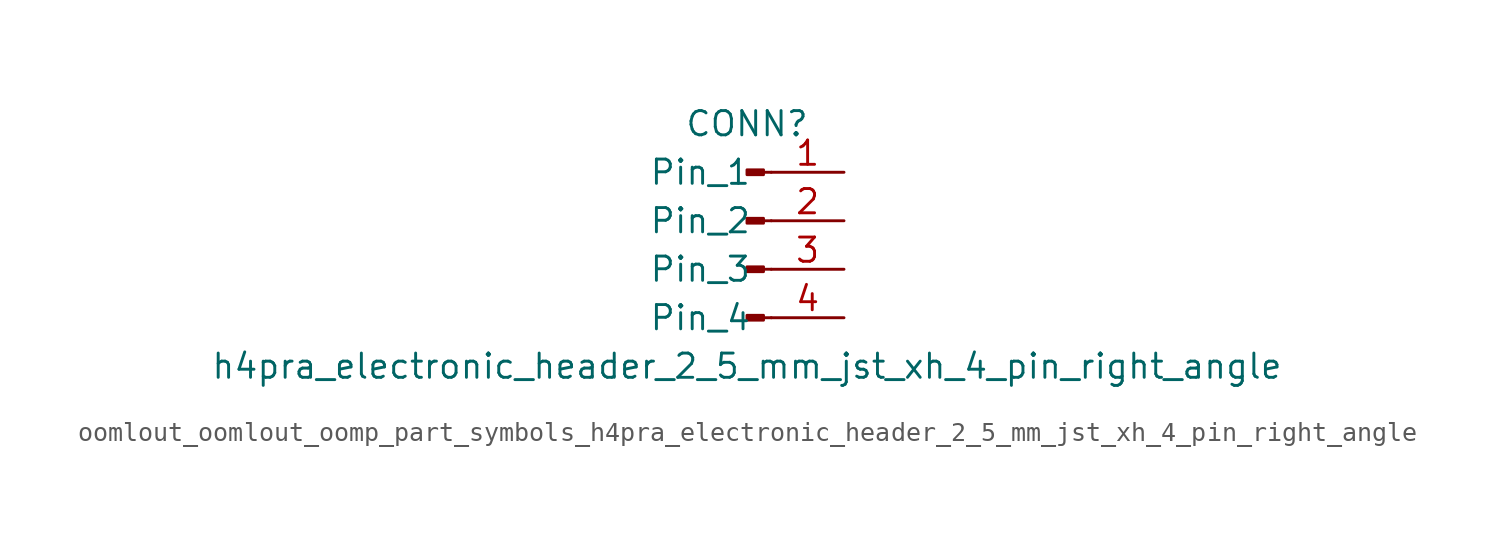
<source format=kicad_sym>
(kicad_symbol_lib
  (version 20220914)
  (generator kicad_symbol_editor)
  (symbol "oomlout_oomlout_oomp_part_symbols_h4pra_electronic_header_2_5_mm_jst_xh_4_pin_right_angle"
    (pin_names
      (offset 1.016))
    (property "Reference" "CONN"
      (at 0 5.08 0)
      (effects (font (size 1.27 1.27))))
    (property "Value" "h4pra_electronic_header_2_5_mm_jst_xh_4_pin_right_angle"
      (at 0 -7.62 0)
      (effects (font (size 1.27 1.27))))
    (property "ki_locked" ""
      (at 0 0 0)
      (effects (font (size 1.27 1.27))))
    (symbol "oomlout_oomlout_oomp_part_symbols_h4pra_electronic_header_2_5_mm_jst_xh_4_pin_right_angle_1_1"
      (polyline (pts (xy 1.27 -5.08) (xy 0.864 -5.08)) (stroke (width 0.152) (type default)) (fill (type none)))
      (polyline (pts (xy 1.27 -2.54) (xy 0.864 -2.54)) (stroke (width 0.152) (type default)) (fill (type none)))
      (polyline (pts (xy 1.27 0) (xy 0.864 0)) (stroke (width 0.152) (type default)) (fill (type none)))
      (polyline (pts (xy 1.27 2.54) (xy 0.864 2.54)) (stroke (width 0.152) (type default)) (fill (type none)))
      (rectangle (start 0.864 -4.953) (end 0 -5.207) (stroke (width 0.152) (type default)) (fill (type outline)))
      (rectangle (start 0.864 -2.413) (end 0 -2.667) (stroke (width 0.152) (type default)) (fill (type outline)))
      (rectangle (start 0.864 0.127) (end 0 -0.127) (stroke (width 0.152) (type default)) (fill (type outline)))
      (rectangle (start 0.864 2.667) (end 0 2.413) (stroke (width 0.152) (type default)) (fill (type outline)))
      (pin passive line (at 5.08 2.54 180) (length 3.81) (name "Pin_1" (effects (font (size 1.27 1.27)))) (number "1" (effects (font (size 1.27 1.27)))))
      (pin passive line (at 5.08 0 180) (length 3.81) (name "Pin_2" (effects (font (size 1.27 1.27)))) (number "2" (effects (font (size 1.27 1.27)))))
      (pin passive line (at 5.08 -2.54 180) (length 3.81) (name "Pin_3" (effects (font (size 1.27 1.27)))) (number "3" (effects (font (size 1.27 1.27)))))
      (pin passive line (at 5.08 -5.08 180) (length 3.81) (name "Pin_4" (effects (font (size 1.27 1.27)))) (number "4" (effects (font (size 1.27 1.27))))))))
</source>
